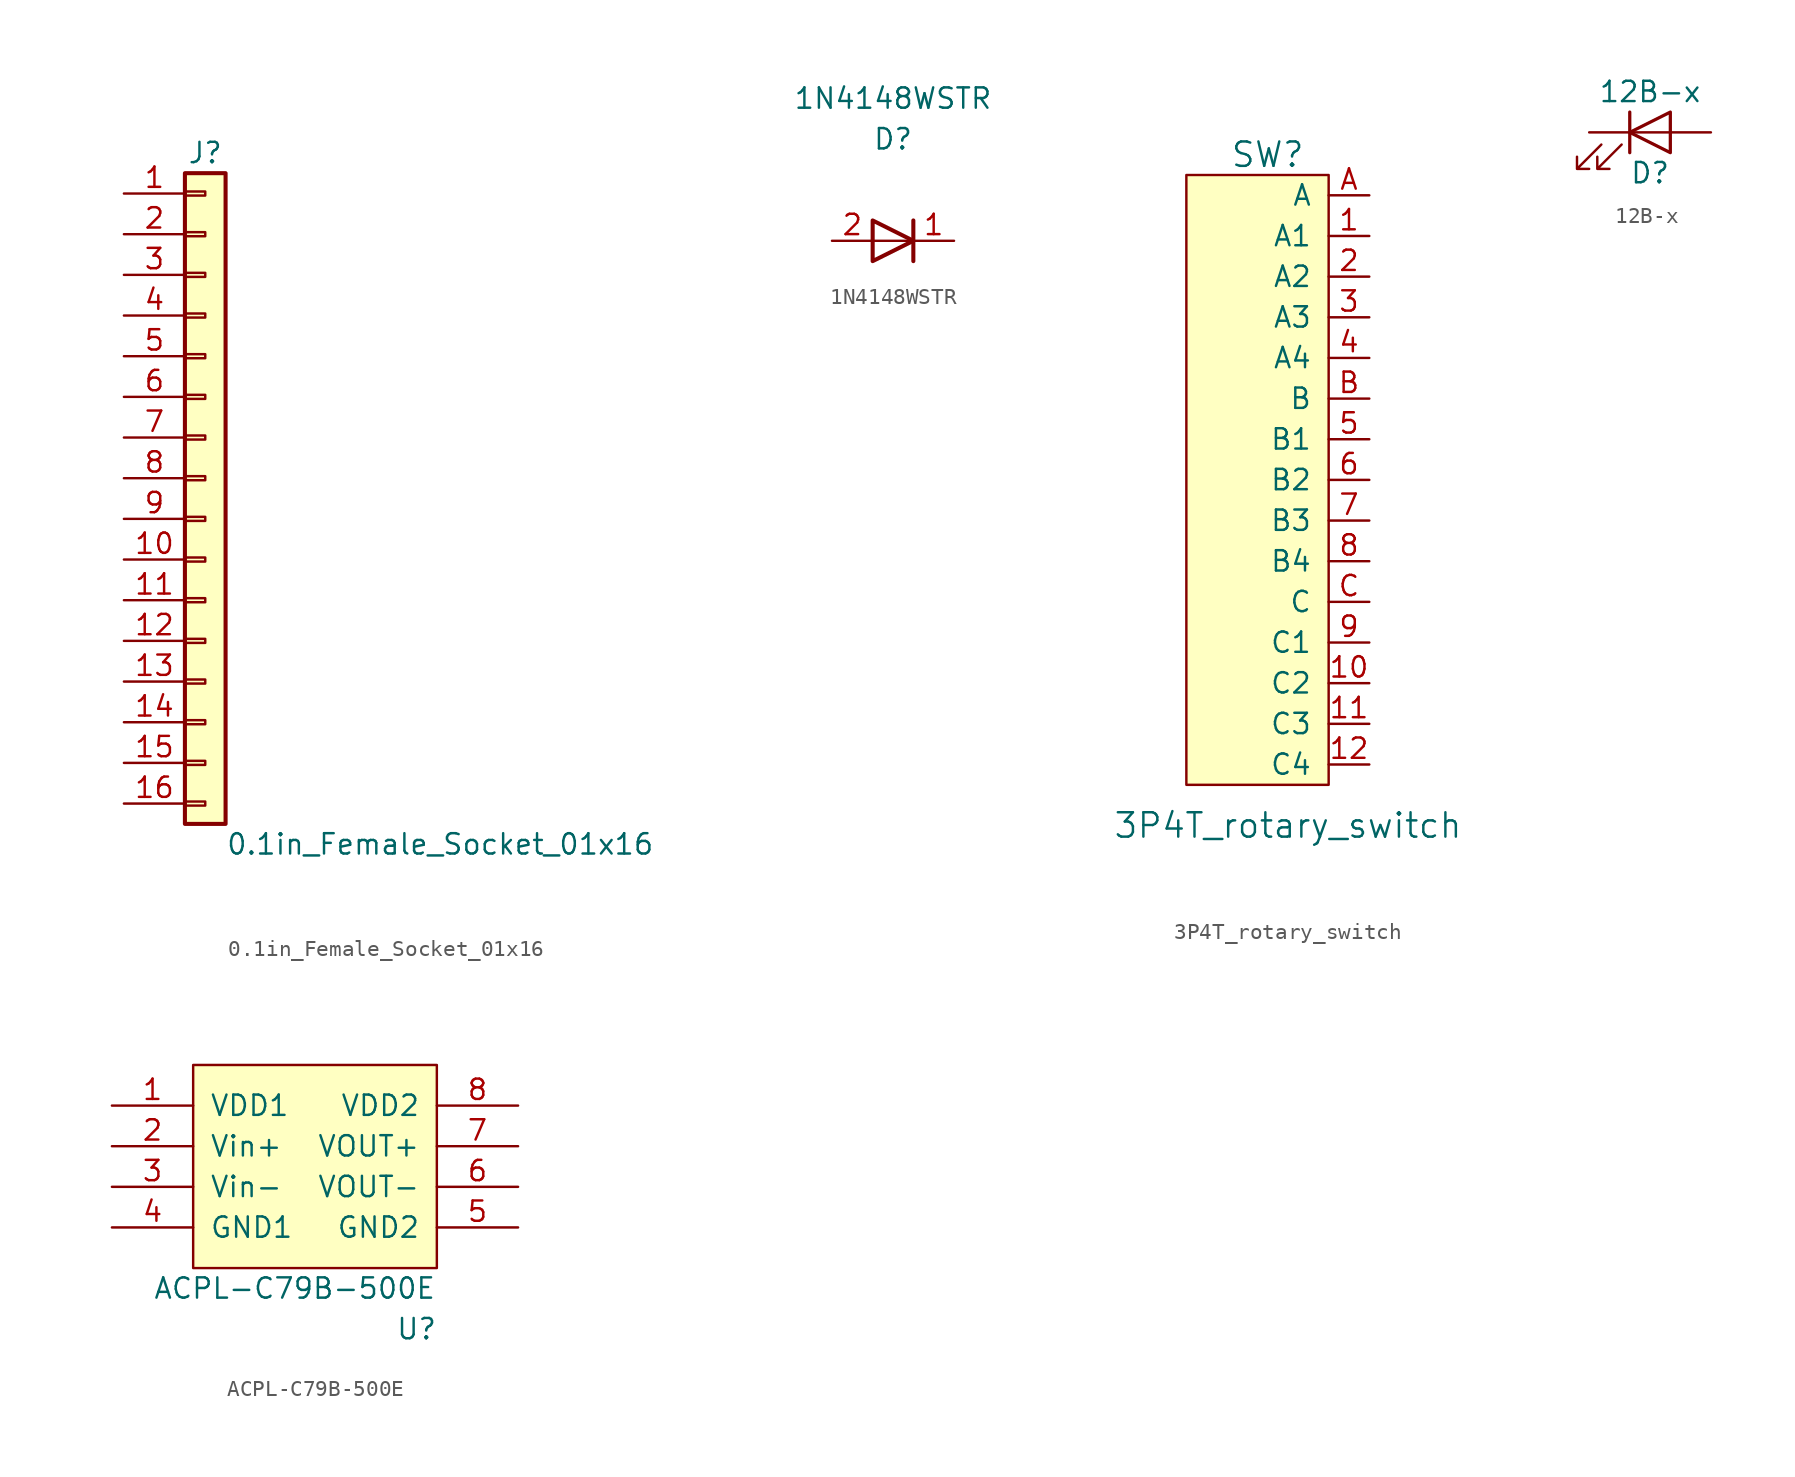
<source format=kicad_sym>
(kicad_symbol_lib
  (version 20211014)
  (generator kicad_symbol_editor)
  (symbol "0.1in_Female_Socket_01x16"
    (pin_names
      (offset 1.016) hide)
    (property "Reference" "J"
      (at 0 20.32 0)
      (effects (font (size 1.27 1.27))))
    (property "Value" "0.1in_Female_Socket_01x16"
      (at 1.27 -22.86 0)
      (effects (font (size 1.27 1.27)) (justify left)))
    (symbol "0.1in_Female_Socket_01x16_1_1"
      (rectangle (start -1.27 -20.193) (end 0 -20.447) (stroke (width 0.152) (type default) (color 0 0 0 0)) (fill (type none)))
      (rectangle (start -1.27 -17.653) (end 0 -17.907) (stroke (width 0.152) (type default) (color 0 0 0 0)) (fill (type none)))
      (rectangle (start -1.27 -15.113) (end 0 -15.367) (stroke (width 0.152) (type default) (color 0 0 0 0)) (fill (type none)))
      (rectangle (start -1.27 -12.573) (end 0 -12.827) (stroke (width 0.152) (type default) (color 0 0 0 0)) (fill (type none)))
      (rectangle (start -1.27 -10.033) (end 0 -10.287) (stroke (width 0.152) (type default) (color 0 0 0 0)) (fill (type none)))
      (rectangle (start -1.27 -7.493) (end 0 -7.747) (stroke (width 0.152) (type default) (color 0 0 0 0)) (fill (type none)))
      (rectangle (start -1.27 -4.953) (end 0 -5.207) (stroke (width 0.152) (type default) (color 0 0 0 0)) (fill (type none)))
      (rectangle (start -1.27 -2.413) (end 0 -2.667) (stroke (width 0.152) (type default) (color 0 0 0 0)) (fill (type none)))
      (rectangle (start -1.27 0.127) (end 0 -0.127) (stroke (width 0.152) (type default) (color 0 0 0 0)) (fill (type none)))
      (rectangle (start -1.27 2.667) (end 0 2.413) (stroke (width 0.152) (type default) (color 0 0 0 0)) (fill (type none)))
      (rectangle (start -1.27 5.207) (end 0 4.953) (stroke (width 0.152) (type default) (color 0 0 0 0)) (fill (type none)))
      (rectangle (start -1.27 7.747) (end 0 7.493) (stroke (width 0.152) (type default) (color 0 0 0 0)) (fill (type none)))
      (rectangle (start -1.27 10.287) (end 0 10.033) (stroke (width 0.152) (type default) (color 0 0 0 0)) (fill (type none)))
      (rectangle (start -1.27 12.827) (end 0 12.573) (stroke (width 0.152) (type default) (color 0 0 0 0)) (fill (type none)))
      (rectangle (start -1.27 15.367) (end 0 15.113) (stroke (width 0.152) (type default) (color 0 0 0 0)) (fill (type none)))
      (rectangle (start -1.27 17.907) (end 0 17.653) (stroke (width 0.152) (type default) (color 0 0 0 0)) (fill (type none)))
      (rectangle (start -1.27 19.05) (end 1.27 -21.59) (stroke (width 0.254) (type default) (color 0 0 0 0)) (fill (type background)))
      (pin passive line (at -5.08 17.78 0) (length 3.81) (name "Pin_1" (effects (font (size 1.27 1.27)))) (number "1" (effects (font (size 1.27 1.27)))))
      (pin passive line (at -5.08 -5.08 0) (length 3.81) (name "Pin_10" (effects (font (size 1.27 1.27)))) (number "10" (effects (font (size 1.27 1.27)))))
      (pin passive line (at -5.08 -7.62 0) (length 3.81) (name "Pin_11" (effects (font (size 1.27 1.27)))) (number "11" (effects (font (size 1.27 1.27)))))
      (pin passive line (at -5.08 -10.16 0) (length 3.81) (name "Pin_12" (effects (font (size 1.27 1.27)))) (number "12" (effects (font (size 1.27 1.27)))))
      (pin passive line (at -5.08 -12.7 0) (length 3.81) (name "Pin_13" (effects (font (size 1.27 1.27)))) (number "13" (effects (font (size 1.27 1.27)))))
      (pin passive line (at -5.08 -15.24 0) (length 3.81) (name "Pin_14" (effects (font (size 1.27 1.27)))) (number "14" (effects (font (size 1.27 1.27)))))
      (pin passive line (at -5.08 -17.78 0) (length 3.81) (name "Pin_15" (effects (font (size 1.27 1.27)))) (number "15" (effects (font (size 1.27 1.27)))))
      (pin passive line (at -5.08 -20.32 0) (length 3.81) (name "Pin_16" (effects (font (size 1.27 1.27)))) (number "16" (effects (font (size 1.27 1.27)))))
      (pin passive line (at -5.08 15.24 0) (length 3.81) (name "Pin_2" (effects (font (size 1.27 1.27)))) (number "2" (effects (font (size 1.27 1.27)))))
      (pin passive line (at -5.08 12.7 0) (length 3.81) (name "Pin_3" (effects (font (size 1.27 1.27)))) (number "3" (effects (font (size 1.27 1.27)))))
      (pin passive line (at -5.08 10.16 0) (length 3.81) (name "Pin_4" (effects (font (size 1.27 1.27)))) (number "4" (effects (font (size 1.27 1.27)))))
      (pin passive line (at -5.08 7.62 0) (length 3.81) (name "Pin_5" (effects (font (size 1.27 1.27)))) (number "5" (effects (font (size 1.27 1.27)))))
      (pin passive line (at -5.08 5.08 0) (length 3.81) (name "Pin_6" (effects (font (size 1.27 1.27)))) (number "6" (effects (font (size 1.27 1.27)))))
      (pin passive line (at -5.08 2.54 0) (length 3.81) (name "Pin_7" (effects (font (size 1.27 1.27)))) (number "7" (effects (font (size 1.27 1.27)))))
      (pin passive line (at -5.08 0 0) (length 3.81) (name "Pin_8" (effects (font (size 1.27 1.27)))) (number "8" (effects (font (size 1.27 1.27)))))
      (pin passive line (at -5.08 -2.54 0) (length 3.81) (name "Pin_9" (effects (font (size 1.27 1.27)))) (number "9" (effects (font (size 1.27 1.27)))))))
  (symbol "1N4148WSTR"
    (pin_names
      (offset 1.016))
    (property "Reference" "D"
      (at 0 6.35 0)
      (effects (font (size 1.27 1.27))))
    (property "Value" "1N4148WSTR"
      (at 0 8.89 0)
      (effects (font (size 1.27 1.27))))
    (symbol "1N4148WSTR_1_1"
      (polyline (pts (xy 1.27 0) (xy -1.27 0)) (stroke (width 0) (type default) (color 0 0 0 0)) (fill (type none)))
      (polyline (pts (xy 1.27 1.27) (xy 1.27 -1.27)) (stroke (width 0.254) (type default) (color 0 0 0 0)) (fill (type none)))
      (polyline (pts (xy -1.27 -1.27) (xy -1.27 1.27) (xy 1.27 0) (xy -1.27 -1.27)) (stroke (width 0.254) (type default) (color 0 0 0 0)) (fill (type none)))
      (pin passive line (at 3.81 0 180) (length 2.54) (name "~" (effects (font (size 1.27 1.27)))) (number "1" (effects (font (size 1.27 1.27)))))
      (pin passive line (at -3.81 0 0) (length 2.54) (name "~" (effects (font (size 1.27 1.27)))) (number "2" (effects (font (size 1.27 1.27)))))))
  (symbol "3P4T_rotary_switch"
    (pin_names
      (offset 1.016))
    (property "Reference" "SW"
      (at -2.54 30.48 0)
      (effects (font (size 1.524 1.524))))
    (property "Value" "3P4T_rotary_switch"
      (at -1.27 -11.43 0)
      (effects (font (size 1.524 1.524))))
    (symbol "3P4T_rotary_switch_0_1"
      (rectangle (start -7.62 29.21) (end 1.27 -8.89) (stroke (width 0) (type default) (color 0 0 0 0)) (fill (type background))))
    (symbol "3P4T_rotary_switch_1_1"
      (pin bidirectional line (at 3.81 25.4 180) (length 2.54) (name "A1" (effects (font (size 1.27 1.27)))) (number "1" (effects (font (size 1.27 1.27)))))
      (pin bidirectional line (at 3.81 -2.54 180) (length 2.54) (name "C2" (effects (font (size 1.27 1.27)))) (number "10" (effects (font (size 1.27 1.27)))))
      (pin bidirectional line (at 3.81 -5.08 180) (length 2.54) (name "C3" (effects (font (size 1.27 1.27)))) (number "11" (effects (font (size 1.27 1.27)))))
      (pin bidirectional line (at 3.81 -7.62 180) (length 2.54) (name "C4" (effects (font (size 1.27 1.27)))) (number "12" (effects (font (size 1.27 1.27)))))
      (pin bidirectional line (at 3.81 22.86 180) (length 2.54) (name "A2" (effects (font (size 1.27 1.27)))) (number "2" (effects (font (size 1.27 1.27)))))
      (pin bidirectional line (at 3.81 20.32 180) (length 2.54) (name "A3" (effects (font (size 1.27 1.27)))) (number "3" (effects (font (size 1.27 1.27)))))
      (pin bidirectional line (at 3.81 17.78 180) (length 2.54) (name "A4" (effects (font (size 1.27 1.27)))) (number "4" (effects (font (size 1.27 1.27)))))
      (pin bidirectional line (at 3.81 12.7 180) (length 2.54) (name "B1" (effects (font (size 1.27 1.27)))) (number "5" (effects (font (size 1.27 1.27)))))
      (pin bidirectional line (at 3.81 10.16 180) (length 2.54) (name "B2" (effects (font (size 1.27 1.27)))) (number "6" (effects (font (size 1.27 1.27)))))
      (pin bidirectional line (at 3.81 7.62 180) (length 2.54) (name "B3" (effects (font (size 1.27 1.27)))) (number "7" (effects (font (size 1.27 1.27)))))
      (pin bidirectional line (at 3.81 5.08 180) (length 2.54) (name "B4" (effects (font (size 1.27 1.27)))) (number "8" (effects (font (size 1.27 1.27)))))
      (pin bidirectional line (at 3.81 0 180) (length 2.54) (name "C1" (effects (font (size 1.27 1.27)))) (number "9" (effects (font (size 1.27 1.27)))))
      (pin bidirectional line (at 3.81 27.94 180) (length 2.54) (name "A" (effects (font (size 1.27 1.27)))) (number "A" (effects (font (size 1.27 1.27)))))
      (pin bidirectional line (at 3.81 15.24 180) (length 2.54) (name "B" (effects (font (size 1.27 1.27)))) (number "B" (effects (font (size 1.27 1.27)))))
      (pin bidirectional line (at 3.81 2.54 180) (length 2.54) (name "C" (effects (font (size 1.27 1.27)))) (number "C" (effects (font (size 1.27 1.27)))))))
  (symbol "12B-x"
    (pin_numbers hide)
    (pin_names
      (offset 1.016) hide)
    (property "Reference" "D"
      (at 0 -2.54 0)
      (effects (font (size 1.27 1.27))))
    (property "Value" "12B-x"
      (at 0 2.54 0)
      (effects (font (size 1.27 1.27))))
    (symbol "12B-x_0_1"
      (polyline (pts (xy -1.27 -1.27) (xy -1.27 1.27)) (stroke (width 0.203) (type default) (color 0 0 0 0)) (fill (type none)))
      (polyline (pts (xy -1.27 0) (xy 1.27 0)) (stroke (width 0) (type default) (color 0 0 0 0)) (fill (type none)))
      (polyline (pts (xy 1.27 -1.27) (xy 1.27 1.27) (xy -1.27 0) (xy 1.27 -1.27)) (stroke (width 0.203) (type default) (color 0 0 0 0)) (fill (type none)))
      (polyline (pts (xy -3.048 -0.762) (xy -4.572 -2.286) (xy -3.81 -2.286) (xy -4.572 -2.286) (xy -4.572 -1.524)) (stroke (width 0) (type default) (color 0 0 0 0)) (fill (type none)))
      (polyline (pts (xy -1.778 -0.762) (xy -3.302 -2.286) (xy -2.54 -2.286) (xy -3.302 -2.286) (xy -3.302 -1.524)) (stroke (width 0) (type default) (color 0 0 0 0)) (fill (type none))))
    (symbol "12B-x_1_1"
      (pin passive line (at -3.81 0 0) (length 2.54) (name "K" (effects (font (size 1.27 1.27)))) (number "1" (effects (font (size 1.27 1.27)))))
      (pin passive line (at 3.81 0 180) (length 2.54) (name "A" (effects (font (size 1.27 1.27)))) (number "2" (effects (font (size 1.27 1.27)))))))
  (symbol "ACPL-C79B-500E"
    (pin_names
      (offset 1.016))
    (property "Reference" "U"
      (at 6.35 -3.81 0)
      (effects (font (size 1.27 1.27))))
    (property "Value" "ACPL-C79B-500E"
      (at -1.27 -1.27 0)
      (effects (font (size 1.27 1.27))))
    (symbol "ACPL-C79B-500E_0_0"
      (pin power_in line (at -12.7 10.16 0) (length 5.08) (name "VDD1" (effects (font (size 1.27 1.27)))) (number "1" (effects (font (size 1.27 1.27)))))
      (pin input line (at -12.7 7.62 0) (length 5.08) (name "Vin+" (effects (font (size 1.27 1.27)))) (number "2" (effects (font (size 1.27 1.27)))))
      (pin input line (at -12.7 5.08 0) (length 5.08) (name "Vin-" (effects (font (size 1.27 1.27)))) (number "3" (effects (font (size 1.27 1.27)))))
      (pin power_in line (at -12.7 2.54 0) (length 5.08) (name "GND1" (effects (font (size 1.27 1.27)))) (number "4" (effects (font (size 1.27 1.27)))))
      (pin power_in line (at 12.7 2.54 180) (length 5.08) (name "GND2" (effects (font (size 1.27 1.27)))) (number "5" (effects (font (size 1.27 1.27)))))
      (pin output line (at 12.7 5.08 180) (length 5.08) (name "VOUT-" (effects (font (size 1.27 1.27)))) (number "6" (effects (font (size 1.27 1.27)))))
      (pin output line (at 12.7 7.62 180) (length 5.08) (name "VOUT+" (effects (font (size 1.27 1.27)))) (number "7" (effects (font (size 1.27 1.27)))))
      (pin power_in line (at 12.7 10.16 180) (length 5.08) (name "VDD2" (effects (font (size 1.27 1.27)))) (number "8" (effects (font (size 1.27 1.27))))))
    (symbol "ACPL-C79B-500E_0_1"
      (rectangle (start -7.62 12.7) (end 7.62 0) (stroke (width 0) (type default) (color 0 0 0 0)) (fill (type background))))))
</source>
